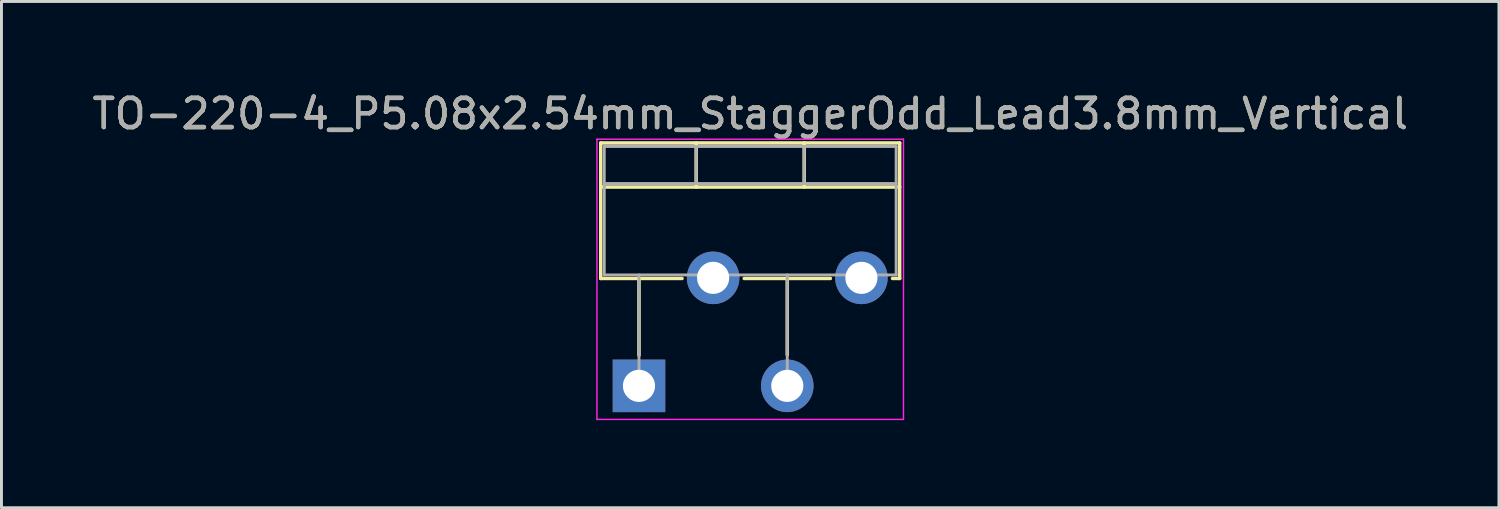
<source format=kicad_pcb>
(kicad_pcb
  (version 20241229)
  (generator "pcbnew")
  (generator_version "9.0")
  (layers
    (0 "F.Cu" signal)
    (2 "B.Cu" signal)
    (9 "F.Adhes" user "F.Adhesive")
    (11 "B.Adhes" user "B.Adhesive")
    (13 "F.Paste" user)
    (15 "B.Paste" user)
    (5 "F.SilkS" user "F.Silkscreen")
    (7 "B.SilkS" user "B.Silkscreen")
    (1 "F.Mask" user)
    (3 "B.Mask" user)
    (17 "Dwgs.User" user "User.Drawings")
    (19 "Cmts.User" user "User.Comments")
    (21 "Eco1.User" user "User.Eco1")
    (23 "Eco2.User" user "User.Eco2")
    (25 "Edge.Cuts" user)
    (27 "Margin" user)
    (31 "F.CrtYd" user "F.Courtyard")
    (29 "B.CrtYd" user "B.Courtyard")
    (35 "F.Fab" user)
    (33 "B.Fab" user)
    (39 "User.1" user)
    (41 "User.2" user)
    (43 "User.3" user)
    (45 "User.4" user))
  (footprint "TO-220-4_P5.08x2.54mm_StaggerOdd_Lead3.8mm_Vertical"
    (layer "F.Cu")
    (at 18.839 10.168)
    (property "Reference" "TO-220-4_P5.08x2.54mm_StaggerOdd_Lead3.8mm_Vertical" (at 3.81 -9.32 0) (layer "F.SilkS") (effects (font (size 1 1) (thickness 0.15))))
    (attr through_hole)
    (fp_line (start -1.31 -8.32) (end -1.31 -3.679) (stroke (width 0.12) (type solid)) (layer "F.SilkS"))
    (fp_line (start -1.31 -8.32) (end 8.93 -8.32) (stroke (width 0.12) (type solid)) (layer "F.SilkS"))
    (fp_line (start -1.31 -6.811) (end 8.93 -6.811) (stroke (width 0.12) (type solid)) (layer "F.SilkS"))
    (fp_line (start -1.31 -3.679) (end 1.475 -3.679) (stroke (width 0.12) (type solid)) (layer "F.SilkS"))
    (fp_line (start 0 -3.679) (end 0 -1.049) (stroke (width 0.12) (type solid)) (layer "F.SilkS"))
    (fp_line (start 1.96 -8.32) (end 1.96 -6.811) (stroke (width 0.12) (type solid)) (layer "F.SilkS"))
    (fp_line (start 3.605 -3.679) (end 6.556 -3.679) (stroke (width 0.12) (type solid)) (layer "F.SilkS"))
    (fp_line (start 5.08 -3.679) (end 5.08 -1.065) (stroke (width 0.12) (type solid)) (layer "F.SilkS"))
    (fp_line (start 5.66 -8.32) (end 5.66 -6.811) (stroke (width 0.12) (type solid)) (layer "F.SilkS"))
    (fp_line (start 8.685 -3.679) (end 8.93 -3.679) (stroke (width 0.12) (type solid)) (layer "F.SilkS"))
    (fp_line (start 8.93 -8.32) (end 8.93 -3.679) (stroke (width 0.12) (type solid)) (layer "F.SilkS"))
    (fp_line (start -1.44 -8.45) (end -1.44 1.15) (stroke (width 0.05) (type solid)) (layer "F.CrtYd"))
    (fp_line (start -1.44 1.15) (end 9.06 1.15) (stroke (width 0.05) (type solid)) (layer "F.CrtYd"))
    (fp_line (start 9.06 -8.45) (end -1.44 -8.45) (stroke (width 0.05) (type solid)) (layer "F.CrtYd"))
    (fp_line (start 9.06 1.15) (end 9.06 -8.45) (stroke (width 0.05) (type solid)) (layer "F.CrtYd"))
    (fp_line (start -1.19 -8.2) (end -1.19 -3.8) (stroke (width 0.1) (type solid)) (layer "F.Fab"))
    (fp_line (start -1.19 -6.93) (end 8.81 -6.93) (stroke (width 0.1) (type solid)) (layer "F.Fab"))
    (fp_line (start -1.19 -3.8) (end 8.81 -3.8) (stroke (width 0.1) (type solid)) (layer "F.Fab"))
    (fp_line (start 0 -3.8) (end 0 0) (stroke (width 0.1) (type solid)) (layer "F.Fab"))
    (fp_line (start 1.96 -8.2) (end 1.96 -6.93) (stroke (width 0.1) (type solid)) (layer "F.Fab"))
    (fp_line (start 2.54 -3.8) (end 2.54 -3.7) (stroke (width 0.1) (type solid)) (layer "F.Fab"))
    (fp_line (start 5.08 -3.8) (end 5.08 0) (stroke (width 0.1) (type solid)) (layer "F.Fab"))
    (fp_line (start 5.66 -8.2) (end 5.66 -6.93) (stroke (width 0.1) (type solid)) (layer "F.Fab"))
    (fp_line (start 7.62 -3.8) (end 7.62 -3.7) (stroke (width 0.1) (type solid)) (layer "F.Fab"))
    (fp_line (start 8.81 -8.2) (end -1.19 -8.2) (stroke (width 0.1) (type solid)) (layer "F.Fab"))
    (fp_line (start 8.81 -3.8) (end 8.81 -8.2) (stroke (width 0.1) (type solid)) (layer "F.Fab"))
    (fp_text user "${REFERENCE}" (at 3.81 -9.32 0) (layer "F.Fab") (effects (font (size 1 1) (thickness 0.15))))
    (pad "1" thru_hole rect (at 0 0) (size 1.8 1.8) (drill 1.1) (layers "*.Cu" "*.Mask"))
    (pad "2" thru_hole oval (at 2.54 -3.7) (size 1.8 1.8) (drill 1.1) (layers "*.Cu" "*.Mask"))
    (pad "3" thru_hole oval (at 5.08 0) (size 1.8 1.8) (drill 1.1) (layers "*.Cu" "*.Mask"))
    (pad "4" thru_hole oval (at 7.62 -3.7) (size 1.8 1.8) (drill 1.1) (layers "*.Cu" "*.Mask")))
  (gr_rect
    (start -3 -3)
    (end 48.298 14.343)
    (stroke (width 0.1) (type default))
    (fill no)
    (layer "Edge.Cuts")))
</source>
